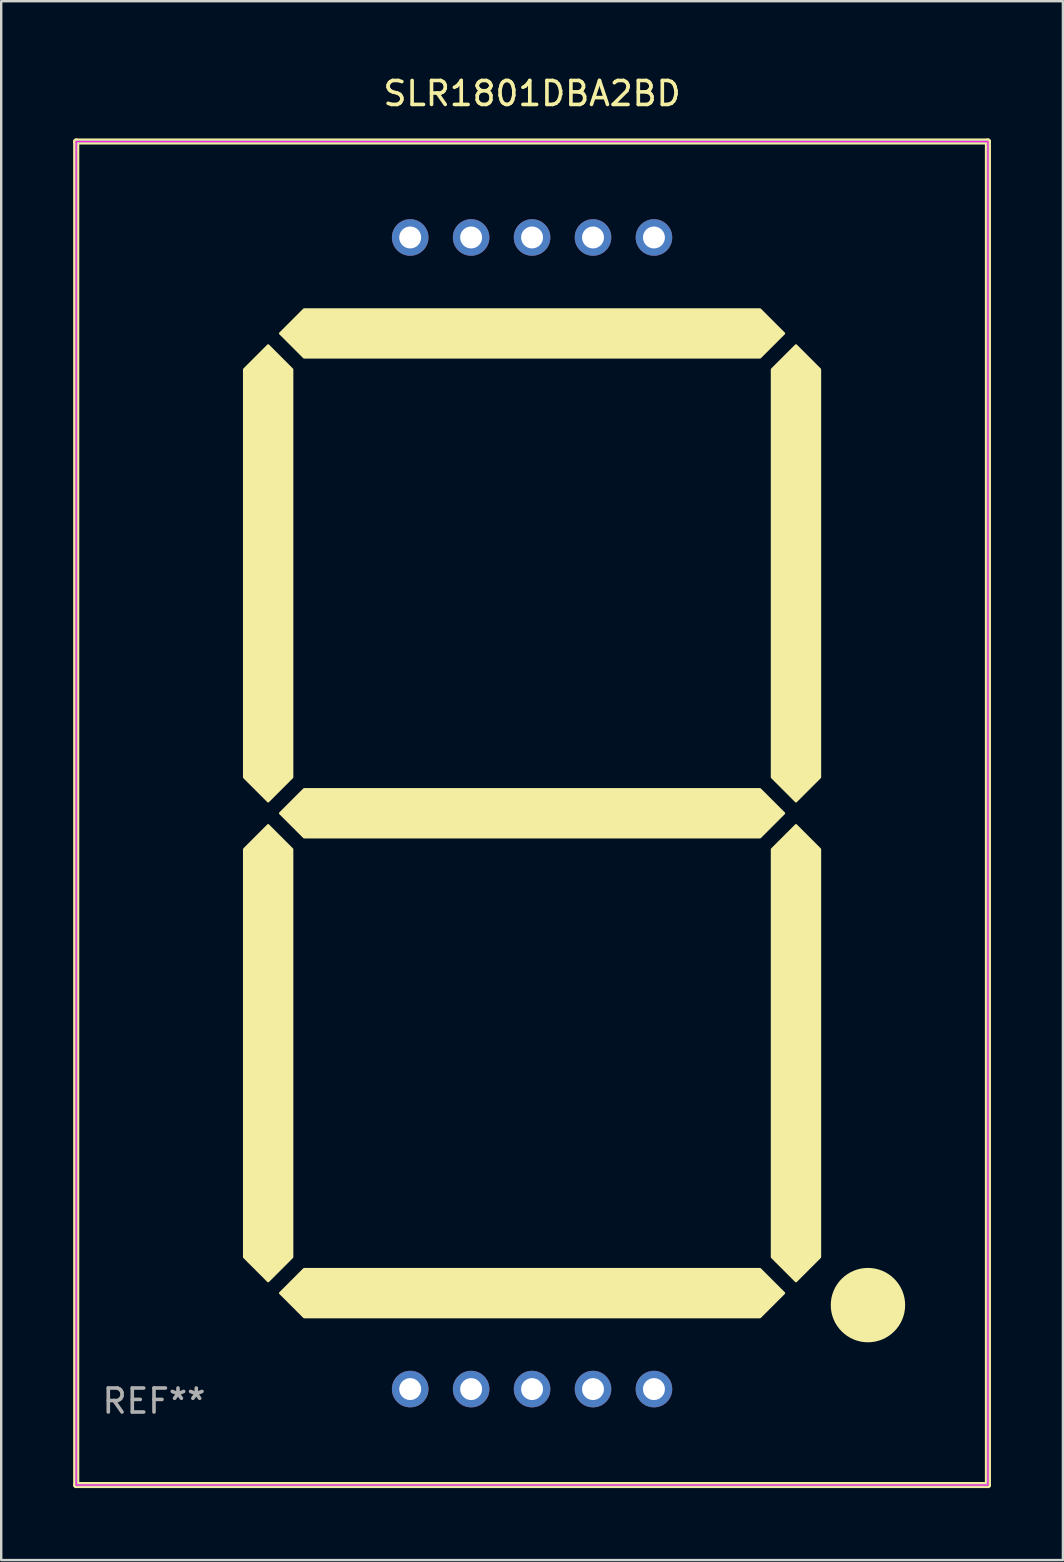
<source format=kicad_pcb>
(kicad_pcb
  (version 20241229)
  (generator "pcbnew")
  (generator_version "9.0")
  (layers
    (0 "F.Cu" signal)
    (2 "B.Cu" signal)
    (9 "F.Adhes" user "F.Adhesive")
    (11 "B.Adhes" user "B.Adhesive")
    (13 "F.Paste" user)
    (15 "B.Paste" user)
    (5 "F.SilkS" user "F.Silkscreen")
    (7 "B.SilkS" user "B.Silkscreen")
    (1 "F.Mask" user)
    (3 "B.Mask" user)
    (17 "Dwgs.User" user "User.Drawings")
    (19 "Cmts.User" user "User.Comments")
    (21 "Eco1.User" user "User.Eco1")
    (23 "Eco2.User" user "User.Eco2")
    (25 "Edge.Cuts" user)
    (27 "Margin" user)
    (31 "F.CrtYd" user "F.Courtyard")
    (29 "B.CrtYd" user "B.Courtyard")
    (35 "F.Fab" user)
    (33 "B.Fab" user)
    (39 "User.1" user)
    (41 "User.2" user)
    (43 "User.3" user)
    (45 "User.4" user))
  (footprint "SLR1801DBA2BD"
    (layer "F.Cu")
    (at 19.127 30.848)
    (property "Reference" "SLR1801DBA2BD" (at 0 -30 0) (layer "F.SilkS") (effects (font (size 1 1) (thickness 0.15))))
    (attr through_hole)
    (fp_line (start -19 -28) (end -19 28) (stroke (width 0.254) (type solid)) (layer "F.SilkS"))
    (fp_line (start -19 28) (end 19 28) (stroke (width 0.254) (type solid)) (layer "F.SilkS"))
    (fp_line (start 19 -28) (end -19 -28) (stroke (width 0.254) (type solid)) (layer "F.SilkS"))
    (fp_line (start 19 28) (end 19 -28) (stroke (width 0.254) (type solid)) (layer "F.SilkS"))
    (fp_circle (center -19 28) (end -18.97 28) (stroke (width 0.06) (type solid)) (fill no) (layer "F.SilkS"))
    (fp_circle (center 14 20.5) (end 14 22) (stroke (width 0.1) (type solid)) (fill yes) (layer "F.SilkS"))
    (fp_poly (pts (xy -11 -0.5) (xy -12 -1.5) (xy -12 -18.5) (xy -11 -19.5) (xy -10 -18.5) (xy -10 -1.5)) (stroke (width 0.1) (type solid)) (fill yes) (layer "F.SilkS"))
    (fp_poly (pts (xy -11 19.5) (xy -12 18.5) (xy -12 1.5) (xy -11 0.5) (xy -10 1.5) (xy -10 18.5)) (stroke (width 0.1) (type solid)) (fill yes) (layer "F.SilkS"))
    (fp_poly (pts (xy -10.5 -20) (xy -9.5 -21) (xy 9.5 -21) (xy 10.5 -20) (xy 9.5 -19) (xy -9.5 -19)) (stroke (width 0.1) (type solid)) (fill yes) (layer "F.SilkS"))
    (fp_poly (pts (xy -10.5 0) (xy -9.5 -1) (xy 9.5 -1) (xy 10.5 0) (xy 9.5 1) (xy -9.5 1)) (stroke (width 0.1) (type solid)) (fill yes) (layer "F.SilkS"))
    (fp_poly (pts (xy -10.5 20) (xy -9.5 19) (xy 9.5 19) (xy 10.5 20) (xy 9.5 21) (xy -9.5 21)) (stroke (width 0.1) (type solid)) (fill yes) (layer "F.SilkS"))
    (fp_poly (pts (xy 11 -0.5) (xy 10 -1.5) (xy 10 -18.5) (xy 11 -19.5) (xy 12 -18.5) (xy 12 -1.5)) (stroke (width 0.1) (type solid)) (fill yes) (layer "F.SilkS"))
    (fp_poly (pts (xy 11 19.5) (xy 10 18.5) (xy 10 1.5) (xy 11 0.5) (xy 12 1.5) (xy 12 18.5)) (stroke (width 0.1) (type solid)) (fill yes) (layer "F.SilkS"))
    (fp_rect (start -19 -28) (end 19 28) (stroke (width 0.05) (type default)) (fill no) (layer "F.CrtYd"))
    (fp_rect (start -19 -28) (end 19 28) (stroke (width 0.1) (type default)) (fill no) (layer "F.Fab"))
    (fp_text user "REF**" (at -18 24.5 0) (layer "F.Fab") (effects (font (size 1 1) (thickness 0.15)) (justify left)))
    (pad "1" thru_hole circle (at -5.08 24) (size 1.524 1.524) (drill 0.914) (layers "*.Cu" "*.Mask"))
    (pad "2" thru_hole circle (at -2.54 24) (size 1.524 1.524) (drill 0.914) (layers "*.Cu" "*.Mask"))
    (pad "3" thru_hole circle (at -0.000025 24) (size 1.524 1.524) (drill 0.914) (layers "*.Cu" "*.Mask"))
    (pad "4" thru_hole circle (at 2.54 24) (size 1.524 1.524) (drill 0.914) (layers "*.Cu" "*.Mask"))
    (pad "5" thru_hole circle (at 5.08 24) (size 1.524 1.524) (drill 0.914) (layers "*.Cu" "*.Mask"))
    (pad "6" thru_hole circle (at 5.08 -24) (size 1.524 1.524) (drill 0.914) (layers "*.Cu" "*.Mask"))
    (pad "7" thru_hole circle (at 2.54 -24) (size 1.524 1.524) (drill 0.914) (layers "*.Cu" "*.Mask"))
    (pad "8" thru_hole circle (at -0.000025 -24) (size 1.524 1.524) (drill 0.914) (layers "*.Cu" "*.Mask"))
    (pad "9" thru_hole circle (at -2.54 -24) (size 1.524 1.524) (drill 0.914) (layers "*.Cu" "*.Mask"))
    (pad "10" thru_hole circle (at -5.08 -24) (size 1.524 1.524) (drill 0.914) (layers "*.Cu" "*.Mask")))
  (gr_rect
    (start -3 -3)
    (end 41.254 61.975)
    (stroke (width 0.1) (type default))
    (fill no)
    (layer "Edge.Cuts")))
</source>
